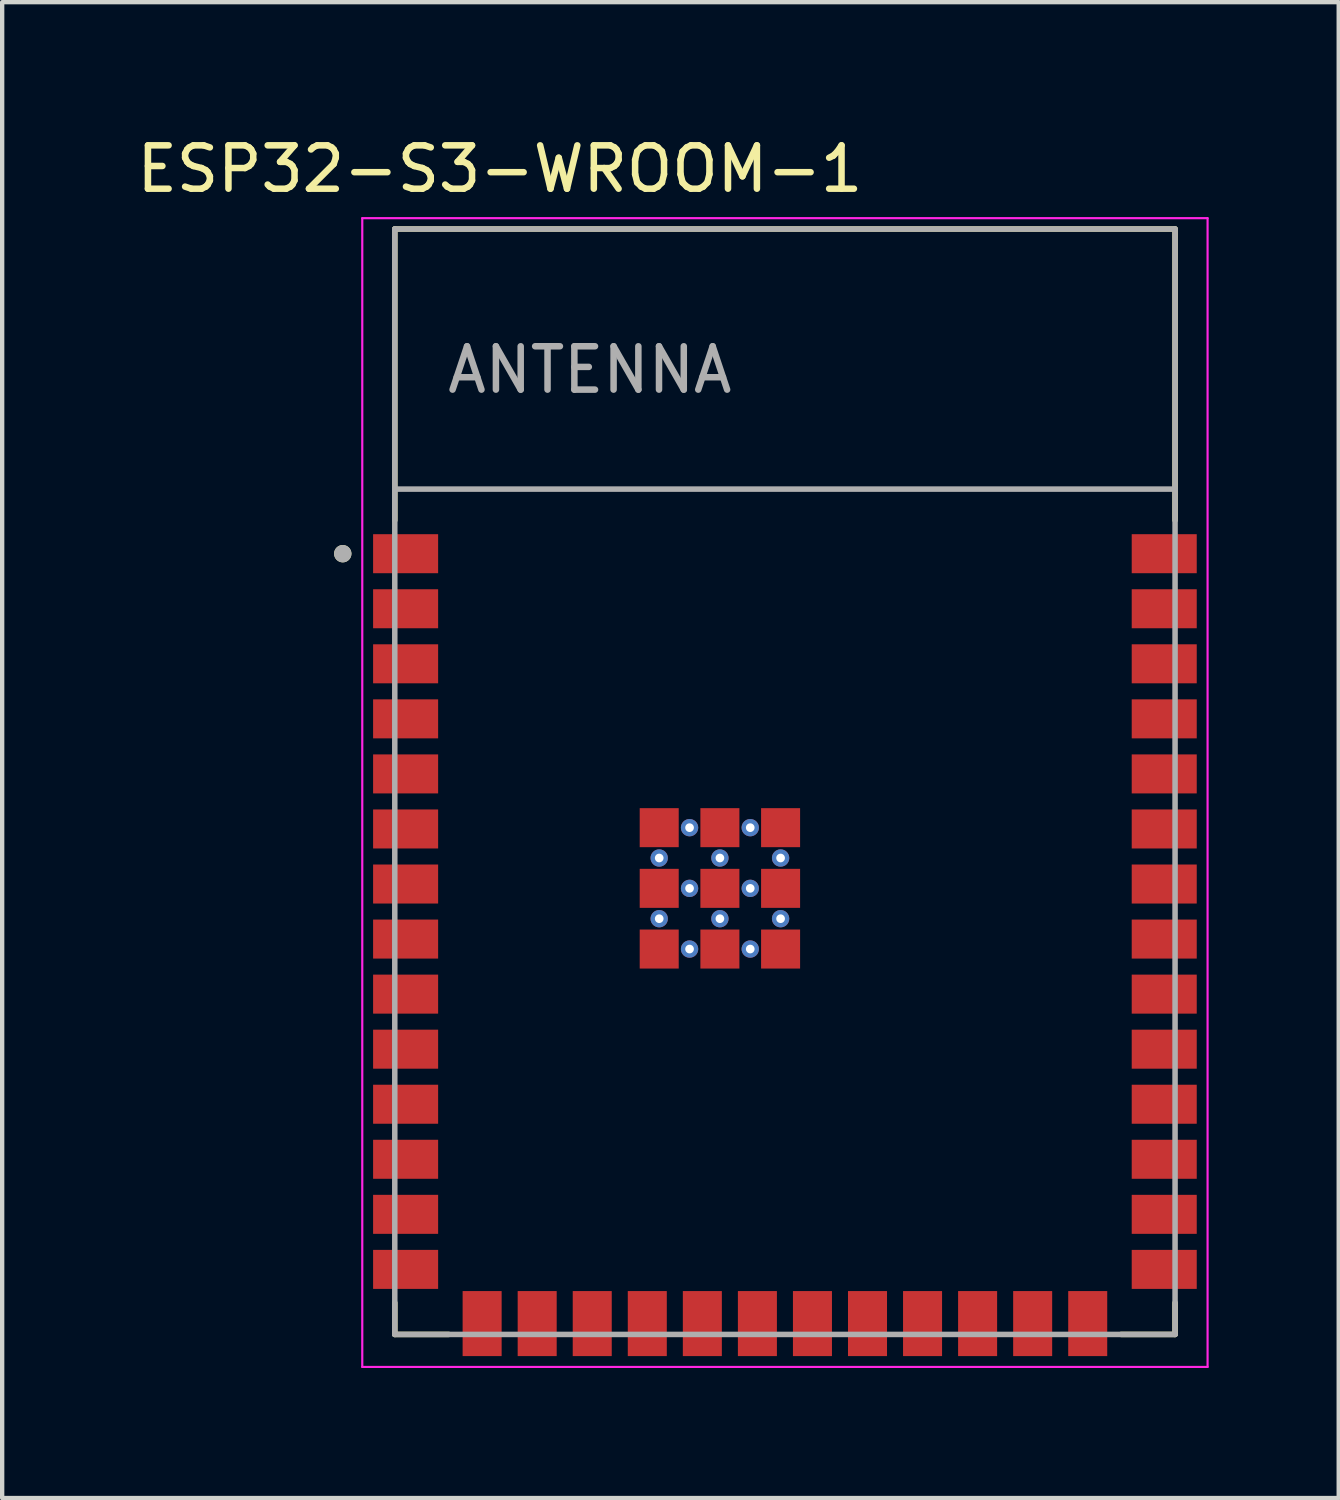
<source format=kicad_pcb>
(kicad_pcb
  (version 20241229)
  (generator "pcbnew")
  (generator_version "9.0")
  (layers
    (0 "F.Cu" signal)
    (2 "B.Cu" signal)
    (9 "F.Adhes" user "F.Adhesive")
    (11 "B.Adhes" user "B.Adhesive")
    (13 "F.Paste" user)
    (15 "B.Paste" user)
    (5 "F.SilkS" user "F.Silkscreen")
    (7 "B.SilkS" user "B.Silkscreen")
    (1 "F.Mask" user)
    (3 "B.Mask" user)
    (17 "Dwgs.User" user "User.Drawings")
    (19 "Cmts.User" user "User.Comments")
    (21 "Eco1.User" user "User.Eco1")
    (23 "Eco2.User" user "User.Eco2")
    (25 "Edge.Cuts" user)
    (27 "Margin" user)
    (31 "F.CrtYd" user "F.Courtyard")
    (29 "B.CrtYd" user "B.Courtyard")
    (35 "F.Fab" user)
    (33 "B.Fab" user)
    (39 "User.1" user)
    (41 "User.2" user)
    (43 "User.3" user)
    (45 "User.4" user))
  (footprint "ESP32-S3-WROOM-1"
    (layer "F.Cu")
    (at 15.057 14.983)
    (property "Reference" "ESP32-S3-WROOM-1" (at -6.575 -14.135 0) (layer "F.SilkS") (effects (font (size 1 1) (thickness 0.15))))
    (attr smd)
    (fp_line (start -9 -12.75) (end 9 -12.75) (stroke (width 0.127) (type solid)) (layer "F.SilkS"))
    (fp_line (start -9 -6.03) (end -9 -12.75) (stroke (width 0.127) (type solid)) (layer "F.SilkS"))
    (fp_line (start -9 12.02) (end -9 12.75) (stroke (width 0.127) (type solid)) (layer "F.SilkS"))
    (fp_line (start -9 12.75) (end -7.755 12.75) (stroke (width 0.127) (type solid)) (layer "F.SilkS"))
    (fp_line (start 9 -12.75) (end 9 -6.03) (stroke (width 0.127) (type solid)) (layer "F.SilkS"))
    (fp_line (start 9 12.02) (end 9 12.75) (stroke (width 0.127) (type solid)) (layer "F.SilkS"))
    (fp_line (start 9 12.75) (end 7.755 12.75) (stroke (width 0.127) (type solid)) (layer "F.SilkS"))
    (fp_circle (center -10.2 -5.26) (end -10.1 -5.26) (stroke (width 0.2) (type solid)) (fill no) (layer "F.SilkS"))
    (fp_line (start -9.75 -13) (end 9.75 -13) (stroke (width 0.05) (type solid)) (layer "F.CrtYd"))
    (fp_line (start -9.75 13.5) (end -9.75 -13) (stroke (width 0.05) (type solid)) (layer "F.CrtYd"))
    (fp_line (start -9.75 13.5) (end 9.75 13.5) (stroke (width 0.05) (type solid)) (layer "F.CrtYd"))
    (fp_line (start 9.75 -13) (end 9.75 13.5) (stroke (width 0.05) (type solid)) (layer "F.CrtYd"))
    (fp_line (start -9 -12.75) (end 9 -12.75) (stroke (width 0.127) (type solid)) (layer "F.Fab"))
    (fp_line (start -9 -6.75) (end -9 -12.75) (stroke (width 0.127) (type solid)) (layer "F.Fab"))
    (fp_line (start -9 -6.75) (end 9 -6.75) (stroke (width 0.127) (type solid)) (layer "F.Fab"))
    (fp_line (start -9 12.75) (end -9 -6.75) (stroke (width 0.127) (type solid)) (layer "F.Fab"))
    (fp_line (start 9 -12.75) (end 9 -6.75) (stroke (width 0.127) (type solid)) (layer "F.Fab"))
    (fp_line (start 9 -6.75) (end 9 12.75) (stroke (width 0.127) (type solid)) (layer "F.Fab"))
    (fp_line (start 9 12.75) (end -9 12.75) (stroke (width 0.127) (type solid)) (layer "F.Fab"))
    (fp_circle (center -10.2 -5.26) (end -10.1 -5.26) (stroke (width 0.2) (type solid)) (fill no) (layer "F.Fab"))
    (fp_text user "ANTENNA" (at -4.5 -9.5 0) (layer "F.Fab") (effects (font (size 1 1) (thickness 0.15))))
    (pad "1" smd rect (at -8.75 -5.26) (size 1.5 0.9) (layers "F.Cu" "F.Mask" "F.Paste"))
    (pad "2" smd rect (at -8.75 -3.99) (size 1.5 0.9) (layers "F.Cu" "F.Mask" "F.Paste"))
    (pad "3" smd rect (at -8.75 -2.72) (size 1.5 0.9) (layers "F.Cu" "F.Mask" "F.Paste"))
    (pad "4" smd rect (at -8.75 -1.45) (size 1.5 0.9) (layers "F.Cu" "F.Mask" "F.Paste"))
    (pad "5" smd rect (at -8.75 -0.18) (size 1.5 0.9) (layers "F.Cu" "F.Mask" "F.Paste"))
    (pad "6" smd rect (at -8.75 1.09) (size 1.5 0.9) (layers "F.Cu" "F.Mask" "F.Paste"))
    (pad "7" smd rect (at -8.75 2.36) (size 1.5 0.9) (layers "F.Cu" "F.Mask" "F.Paste"))
    (pad "8" smd rect (at -8.75 3.63) (size 1.5 0.9) (layers "F.Cu" "F.Mask" "F.Paste"))
    (pad "9" smd rect (at -8.75 4.9) (size 1.5 0.9) (layers "F.Cu" "F.Mask" "F.Paste"))
    (pad "10" smd rect (at -8.75 6.17) (size 1.5 0.9) (layers "F.Cu" "F.Mask" "F.Paste"))
    (pad "11" smd rect (at -8.75 7.44) (size 1.5 0.9) (layers "F.Cu" "F.Mask" "F.Paste"))
    (pad "12" smd rect (at -8.75 8.71) (size 1.5 0.9) (layers "F.Cu" "F.Mask" "F.Paste"))
    (pad "13" smd rect (at -8.75 9.98) (size 1.5 0.9) (layers "F.Cu" "F.Mask" "F.Paste"))
    (pad "14" smd rect (at -8.75 11.25) (size 1.5 0.9) (layers "F.Cu" "F.Mask" "F.Paste"))
    (pad "15" smd rect (at -6.985 12.5) (size 0.9 1.5) (layers "F.Cu" "F.Mask" "F.Paste"))
    (pad "16" smd rect (at -5.715 12.5) (size 0.9 1.5) (layers "F.Cu" "F.Mask" "F.Paste"))
    (pad "17" smd rect (at -4.445 12.5) (size 0.9 1.5) (layers "F.Cu" "F.Mask" "F.Paste"))
    (pad "18" smd rect (at -3.175 12.5) (size 0.9 1.5) (layers "F.Cu" "F.Mask" "F.Paste"))
    (pad "19" smd rect (at -1.905 12.5) (size 0.9 1.5) (layers "F.Cu" "F.Mask" "F.Paste"))
    (pad "20" smd rect (at -0.635 12.5) (size 0.9 1.5) (layers "F.Cu" "F.Mask" "F.Paste"))
    (pad "21" smd rect (at 0.635 12.5) (size 0.9 1.5) (layers "F.Cu" "F.Mask" "F.Paste"))
    (pad "22" smd rect (at 1.905 12.5) (size 0.9 1.5) (layers "F.Cu" "F.Mask" "F.Paste"))
    (pad "23" smd rect (at 3.175 12.5) (size 0.9 1.5) (layers "F.Cu" "F.Mask" "F.Paste"))
    (pad "24" smd rect (at 4.445 12.5) (size 0.9 1.5) (layers "F.Cu" "F.Mask" "F.Paste"))
    (pad "25" smd rect (at 5.715 12.5) (size 0.9 1.5) (layers "F.Cu" "F.Mask" "F.Paste"))
    (pad "26" smd rect (at 6.985 12.5) (size 0.9 1.5) (layers "F.Cu" "F.Mask" "F.Paste"))
    (pad "27" smd rect (at 8.75 11.25) (size 1.5 0.9) (layers "F.Cu" "F.Mask" "F.Paste"))
    (pad "28" smd rect (at 8.75 9.98) (size 1.5 0.9) (layers "F.Cu" "F.Mask" "F.Paste"))
    (pad "29" smd rect (at 8.75 8.71) (size 1.5 0.9) (layers "F.Cu" "F.Mask" "F.Paste"))
    (pad "30" smd rect (at 8.75 7.44) (size 1.5 0.9) (layers "F.Cu" "F.Mask" "F.Paste"))
    (pad "31" smd rect (at 8.75 6.17) (size 1.5 0.9) (layers "F.Cu" "F.Mask" "F.Paste"))
    (pad "32" smd rect (at 8.75 4.9) (size 1.5 0.9) (layers "F.Cu" "F.Mask" "F.Paste"))
    (pad "33" smd rect (at 8.75 3.63) (size 1.5 0.9) (layers "F.Cu" "F.Mask" "F.Paste"))
    (pad "34" smd rect (at 8.75 2.36) (size 1.5 0.9) (layers "F.Cu" "F.Mask" "F.Paste"))
    (pad "35" smd rect (at 8.75 1.09) (size 1.5 0.9) (layers "F.Cu" "F.Mask" "F.Paste"))
    (pad "36" smd rect (at 8.75 -0.18) (size 1.5 0.9) (layers "F.Cu" "F.Mask" "F.Paste"))
    (pad "37" smd rect (at 8.75 -1.45) (size 1.5 0.9) (layers "F.Cu" "F.Mask" "F.Paste"))
    (pad "38" smd rect (at 8.75 -2.72) (size 1.5 0.9) (layers "F.Cu" "F.Mask" "F.Paste"))
    (pad "39" smd rect (at 8.75 -3.99) (size 1.5 0.9) (layers "F.Cu" "F.Mask" "F.Paste"))
    (pad "40" smd rect (at 8.75 -5.26) (size 1.5 0.9) (layers "F.Cu" "F.Mask" "F.Paste"))
    (pad "41_1" smd rect (at -1.5 2.46) (size 0.9 0.9) (layers "F.Cu" "F.Mask" "F.Paste"))
    (pad "41_2" smd rect (at -2.9 2.46) (size 0.9 0.9) (layers "F.Cu" "F.Mask" "F.Paste"))
    (pad "41_3" smd rect (at -0.1 2.46) (size 0.9 0.9) (layers "F.Cu" "F.Mask" "F.Paste"))
    (pad "41_4" smd rect (at -2.9 3.86) (size 0.9 0.9) (layers "F.Cu" "F.Mask" "F.Paste"))
    (pad "41_5" smd rect (at -1.5 3.86) (size 0.9 0.9) (layers "F.Cu" "F.Mask" "F.Paste"))
    (pad "41_6" smd rect (at -0.1 3.86) (size 0.9 0.9) (layers "F.Cu" "F.Mask" "F.Paste"))
    (pad "41_7" smd rect (at -2.9 1.06) (size 0.9 0.9) (layers "F.Cu" "F.Mask" "F.Paste"))
    (pad "41_8" smd rect (at -1.5 1.06) (size 0.9 0.9) (layers "F.Cu" "F.Mask" "F.Paste"))
    (pad "41_9" smd rect (at -0.1 1.06) (size 0.9 0.9) (layers "F.Cu" "F.Mask" "F.Paste"))
    (pad "41_10" thru_hole circle (at -1.5 1.76) (size 0.4 0.4) (drill 0.2) (layers "*.Cu"))
    (pad "41_11" thru_hole circle (at -2.9 1.76) (size 0.4 0.4) (drill 0.2) (layers "*.Cu"))
    (pad "41_12" thru_hole circle (at -0.1 1.76) (size 0.4 0.4) (drill 0.2) (layers "*.Cu"))
    (pad "41_13" thru_hole circle (at -2.9 3.16) (size 0.4 0.4) (drill 0.2) (layers "*.Cu"))
    (pad "41_14" thru_hole circle (at -1.5 3.16) (size 0.4 0.4) (drill 0.2) (layers "*.Cu"))
    (pad "41_15" thru_hole circle (at -0.1 3.16) (size 0.4 0.4) (drill 0.2) (layers "*.Cu"))
    (pad "41_16" thru_hole circle (at -2.2 1.06) (size 0.4 0.4) (drill 0.2) (layers "*.Cu"))
    (pad "41_17" thru_hole circle (at -0.8 1.06) (size 0.4 0.4) (drill 0.2) (layers "*.Cu"))
    (pad "41_18" thru_hole circle (at -2.2 2.46) (size 0.4 0.4) (drill 0.2) (layers "*.Cu"))
    (pad "41_19" thru_hole circle (at -0.8 2.46) (size 0.4 0.4) (drill 0.2) (layers "*.Cu"))
    (pad "41_20" thru_hole circle (at -2.2 3.86) (size 0.4 0.4) (drill 0.2) (layers "*.Cu"))
    (pad "41_21" thru_hole circle (at -0.8 3.86) (size 0.4 0.4) (drill 0.2) (layers "*.Cu"))
    (zone (net_name "") (layer "F.Cu") (hatch full 0.508) (connect_pads) (min_thickness 0.01) (filled_areas_thickness no) (keepout (tracks not_allowed) (vias not_allowed) (pads not_allowed) (copperpour not_allowed) (footprints allowed)) (placement (enabled no)) (fill) (polygon (pts (xy 6.057 2.233) (xy 24.057 2.233) (xy 24.057 8.233) (xy 6.057 8.233))))
    (zone (net_name "") (layers "F.Cu" "B.Cu") (hatch full 0.508) (connect_pads) (min_thickness 0.01) (filled_areas_thickness no) (keepout (tracks allowed) (vias not_allowed) (pads allowed) (copperpour allowed) (footprints allowed)) (placement (enabled no)) (fill) (polygon (pts (xy 6.057 2.233) (xy 24.057 2.233) (xy 24.057 8.233) (xy 6.057 8.233))))
    (zone (net_name "") (layer "B.Cu") (hatch full 0.508) (connect_pads) (min_thickness 0.01) (filled_areas_thickness no) (keepout (tracks not_allowed) (vias not_allowed) (pads not_allowed) (copperpour not_allowed) (footprints allowed)) (placement (enabled no)) (fill) (polygon (pts (xy 6.057 2.233) (xy 24.057 2.233) (xy 24.057 8.233) (xy 6.057 8.233)))))
  (gr_rect
    (start -3 -3)
    (end 27.832 31.508)
    (stroke (width 0.1) (type default))
    (fill no)
    (layer "Edge.Cuts")))
</source>
